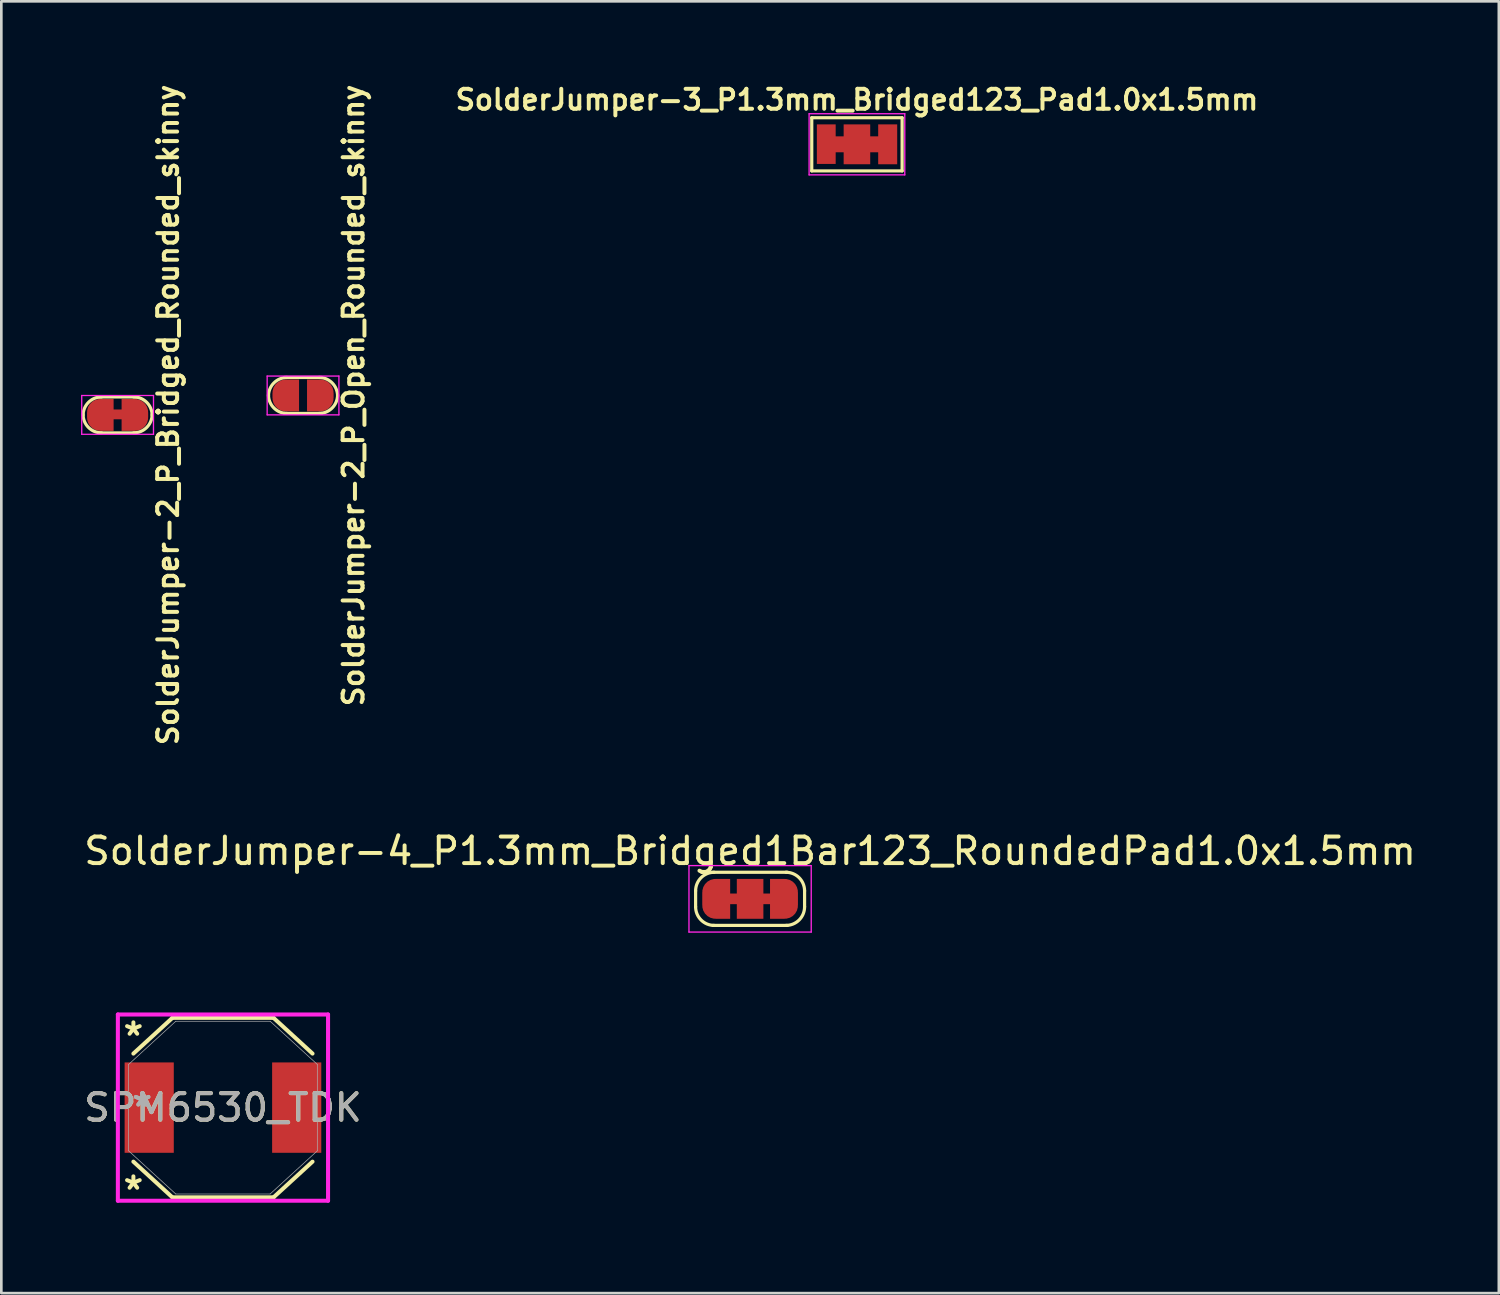
<source format=kicad_pcb>
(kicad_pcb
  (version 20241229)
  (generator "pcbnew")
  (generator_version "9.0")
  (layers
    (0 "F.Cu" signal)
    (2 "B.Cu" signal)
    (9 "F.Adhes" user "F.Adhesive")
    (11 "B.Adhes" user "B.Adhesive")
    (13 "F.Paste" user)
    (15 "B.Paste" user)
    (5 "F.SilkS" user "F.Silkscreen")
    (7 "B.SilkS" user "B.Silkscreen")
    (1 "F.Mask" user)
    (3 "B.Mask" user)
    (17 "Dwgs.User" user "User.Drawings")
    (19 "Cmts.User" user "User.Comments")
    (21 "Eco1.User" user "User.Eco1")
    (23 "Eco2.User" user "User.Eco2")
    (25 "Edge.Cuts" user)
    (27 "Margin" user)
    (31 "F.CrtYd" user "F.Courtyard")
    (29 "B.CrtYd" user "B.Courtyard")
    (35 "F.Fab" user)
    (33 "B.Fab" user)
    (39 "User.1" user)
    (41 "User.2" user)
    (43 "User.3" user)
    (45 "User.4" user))
  (footprint "SolderJumper-4_P1.3mm_Bridged1Bar123_RoundedPad1.0x1.5mm"
    (layer "F.Cu")
    (at 25.173 30.77)
    (property "Reference" "SolderJumper-4_P1.3mm_Bridged1Bar123_RoundedPad1.0x1.5mm" (at 0 -1.8 0) (layer "F.SilkS") (effects (font (size 1 1) (thickness 0.15))))
    (attr exclude_from_pos_files exclude_from_bom)
    (fp_poly (pts (xy -0.8 -0.2) (xy -0.3 -0.2) (xy -0.3 0.2) (xy -0.8 0.2)) (stroke (width 0) (type solid)) (fill yes) (layer "F.Cu"))
    (fp_poly (pts (xy 0.3 -0.2) (xy 0.8 -0.2) (xy 0.8 0.2) (xy 0.3 0.2)) (stroke (width 0) (type solid)) (fill yes) (layer "F.Cu"))
    (fp_line (start -2.05 0.3) (end -2.05 -0.3) (stroke (width 0.12) (type solid)) (layer "F.SilkS"))
    (fp_line (start -1.4 -1) (end 1.4 -1) (stroke (width 0.12) (type solid)) (layer "F.SilkS"))
    (fp_line (start 1.4 1) (end -1.4 1) (stroke (width 0.12) (type solid)) (layer "F.SilkS"))
    (fp_line (start 2.05 -0.3) (end 2.05 0.3) (stroke (width 0.12) (type solid)) (layer "F.SilkS"))
    (fp_arc (start -2.05 -0.3) (mid -1.844975 -0.794975) (end -1.35 -1) (stroke (width 0.12) (type solid)) (layer "F.SilkS"))
    (fp_arc (start -1.35 1) (mid -1.844975 0.794975) (end -2.05 0.3) (stroke (width 0.12) (type solid)) (layer "F.SilkS"))
    (fp_arc (start 1.35 -1) (mid 1.844975 -0.794975) (end 2.05 -0.3) (stroke (width 0.12) (type solid)) (layer "F.SilkS"))
    (fp_arc (start 2.05 0.3) (mid 1.844975 0.794975) (end 1.35 1) (stroke (width 0.12) (type solid)) (layer "F.SilkS"))
    (fp_line (start -2.3 -1.25) (end -2.3 1.25) (stroke (width 0.05) (type solid)) (layer "F.CrtYd"))
    (fp_line (start -2.3 -1.25) (end 2.3 -1.25) (stroke (width 0.05) (type solid)) (layer "F.CrtYd"))
    (fp_line (start 2.3 1.25) (end -2.3 1.25) (stroke (width 0.05) (type solid)) (layer "F.CrtYd"))
    (fp_line (start 2.3 1.25) (end 2.3 -1.25) (stroke (width 0.05) (type solid)) (layer "F.CrtYd"))
    (pad "1" smd custom (at -1.3 0) (size 1 0.5) (layers "F.Cu" "F.Mask") (options (anchor rect)) (primitives (gr_circle (center 0 0.25) (end 0.5 0.25) (width 0) (fill yes)) (gr_circle (center 0 -0.25) (end 0.5 -0.25) (width 0) (fill yes)) (gr_poly (pts (xy 0.55 0.75) (xy 0 0.75) (xy 0 -0.75) (xy 0.55 -0.75)) (width 0) (fill yes))))
    (pad "2" smd rect (at 0 0) (size 1 1.5) (layers "F.Cu" "F.Mask"))
    (pad "3" smd custom (at 1.3 0) (size 1 0.5) (layers "F.Cu" "F.Mask") (options (anchor rect)) (primitives (gr_circle (center 0 0.25) (end 0.5 0.25) (width 0) (fill yes)) (gr_circle (center 0 -0.25) (end 0.5 -0.25) (width 0) (fill yes)) (gr_poly (pts (xy 0 0.75) (xy -0.55 0.75) (xy -0.55 -0.75) (xy 0 -0.75)) (width 0) (fill yes)))))
  (footprint "SPM6530_TDK"
    (layer "F.Cu")
    (at 5.339 38.625)
    (property "Reference" "SPM6530_TDK" (at 0 0 0) (unlocked yes) (layer "F.SilkS") (effects (font (size 1 1) (thickness 0.15))))
    (attr smd)
    (fp_line (start -3.37 2.033) (end -1.902 3.377) (stroke (width 0.152) (type solid)) (layer "F.SilkS"))
    (fp_line (start -1.902 -3.377) (end -3.37 -2.033) (stroke (width 0.152) (type solid)) (layer "F.SilkS"))
    (fp_line (start -1.902 3.377) (end 1.902 3.377) (stroke (width 0.152) (type solid)) (layer "F.SilkS"))
    (fp_line (start 1.902 -3.377) (end -1.902 -3.377) (stroke (width 0.152) (type solid)) (layer "F.SilkS"))
    (fp_line (start 1.902 3.377) (end 3.37 2.033) (stroke (width 0.152) (type solid)) (layer "F.SilkS"))
    (fp_line (start 3.37 -2.033) (end 1.902 -3.377) (stroke (width 0.152) (type solid)) (layer "F.SilkS"))
    (fp_line (start -3.954 -3.504) (end 3.954 -3.504) (stroke (width 0.152) (type solid)) (layer "F.CrtYd"))
    (fp_line (start -3.954 3.504) (end -3.954 -3.504) (stroke (width 0.152) (type solid)) (layer "F.CrtYd"))
    (fp_line (start 3.954 -3.504) (end 3.954 3.504) (stroke (width 0.152) (type solid)) (layer "F.CrtYd"))
    (fp_line (start 3.954 3.504) (end -3.954 3.504) (stroke (width 0.152) (type solid)) (layer "F.CrtYd"))
    (fp_line (start -3.55 -1.625) (end -3.55 1.625) (stroke (width 0.025) (type solid)) (layer "F.Fab"))
    (fp_line (start -3.55 1.625) (end -1.775 3.25) (stroke (width 0.025) (type solid)) (layer "F.Fab"))
    (fp_line (start -1.775 -3.25) (end -3.55 -1.625) (stroke (width 0.025) (type solid)) (layer "F.Fab"))
    (fp_line (start -1.775 3.25) (end 1.775 3.25) (stroke (width 0.025) (type solid)) (layer "F.Fab"))
    (fp_line (start 1.775 -3.25) (end -1.775 -3.25) (stroke (width 0.025) (type solid)) (layer "F.Fab"))
    (fp_line (start 1.775 3.25) (end 3.55 1.625) (stroke (width 0.025) (type solid)) (layer "F.Fab"))
    (fp_line (start 3.55 -1.625) (end 1.775 -3.25) (stroke (width 0.025) (type solid)) (layer "F.Fab"))
    (fp_line (start 3.55 1.625) (end 3.55 -1.625) (stroke (width 0.025) (type solid)) (layer "F.Fab"))
    (fp_text user "*" (at -3.37 -2.663 0) (unlocked yes) (layer "F.SilkS") (effects (font (size 1 1) (thickness 0.15))))
    (fp_text user "*" (at -3.37 3.131 0) (layer "F.SilkS") (effects (font (size 1 1) (thickness 0.15))))
    (fp_text user "*" (at -3.042 0 0) (layer "F.Fab") (effects (font (size 1 1) (thickness 0.15))))
    (fp_text user "*" (at -3.042 0 0) (unlocked yes) (layer "F.Fab") (effects (font (size 1 1) (thickness 0.15))))
    (fp_text user "${REFERENCE}" (at 0 0 0) (unlocked yes) (layer "F.Fab") (effects (font (size 1 1) (thickness 0.15))))
    (pad "1" smd rect (at -2.775 0) (size 1.85 3.4) (layers "F.Cu" "F.Mask" "F.Paste"))
    (pad "2" smd rect (at 2.775 0) (size 1.85 3.4) (layers "F.Cu" "F.Mask" "F.Paste")))
  (footprint "SolderJumper-2_P_Open_Rounded_skinny"
    (layer "F.Cu")
    (at 8.352 11.829)
    (property "Reference" "SolderJumper-2_P_Open_Rounded_skinny" (at 1.9 0 90) (layer "F.SilkS") (effects (font (size 0.75 0.75) (thickness 0.15))))
    (attr exclude_from_pos_files exclude_from_bom)
    (fp_line (start -0.7 -0.677) (end 0.7 -0.677) (stroke (width 0.12) (type solid)) (layer "F.SilkS"))
    (fp_line (start 0.7 0.677) (end -0.7 0.677) (stroke (width 0.12) (type solid)) (layer "F.SilkS"))
    (fp_arc (start -1.3 0.0225) (mid -1.094975 -0.472475) (end -0.6 -0.6775) (stroke (width 0.12) (type solid)) (layer "F.SilkS"))
    (fp_arc (start -0.6 0.6775) (mid -1.094975 0.472475) (end -1.3 -0.0225) (stroke (width 0.12) (type solid)) (layer "F.SilkS"))
    (fp_arc (start 0.6 -0.6775) (mid 1.094975 -0.472475) (end 1.3 0.0225) (stroke (width 0.12) (type solid)) (layer "F.SilkS"))
    (fp_arc (start 1.3 -0.0225) (mid 1.094975 0.472475) (end 0.6 0.6775) (stroke (width 0.12) (type solid)) (layer "F.SilkS"))
    (fp_line (start -1.35 -0.73) (end -1.35 0.73) (stroke (width 0.05) (type solid)) (layer "F.CrtYd"))
    (fp_line (start -1.35 -0.73) (end 1.35 -0.73) (stroke (width 0.05) (type solid)) (layer "F.CrtYd"))
    (fp_line (start 1.35 0.73) (end -1.35 0.73) (stroke (width 0.05) (type solid)) (layer "F.CrtYd"))
    (fp_line (start 1.35 0.73) (end 1.35 -0.73) (stroke (width 0.05) (type solid)) (layer "F.CrtYd"))
    (pad "1" smd custom (at -0.65 0) (size 1 0.2) (layers "F.Cu" "F.Mask") (options (anchor rect)) (primitives (gr_circle (center 0 0.1) (end 0.5 0.1) (width 0) (fill yes)) (gr_circle (center 0 -0.1) (end 0.5 -0.1) (width 0) (fill yes)) (gr_poly (pts (xy 0.5 0.6) (xy 0 0.6) (xy 0 -0.6) (xy 0.5 -0.6)) (width 0) (fill yes))))
    (pad "2" smd custom (at 0.65 0) (size 1 0.2) (layers "F.Cu" "F.Mask") (options (anchor rect)) (primitives (gr_circle (center 0 0.1) (end 0.5 0.1) (width 0) (fill yes)) (gr_circle (center 0 -0.1) (end 0.5 -0.1) (width 0) (fill yes)) (gr_poly (pts (xy 0 0.6) (xy -0.5 0.6) (xy -0.5 -0.6) (xy 0 -0.6)) (width 0) (fill yes)))))
  (footprint "SolderJumper-2_P_Bridged_Rounded_skinny"
    (layer "F.Cu")
    (at 1.375 12.561)
    (property "Reference" "SolderJumper-2_P_Bridged_Rounded_skinny" (at 1.9 0 90) (layer "F.SilkS") (effects (font (size 0.75 0.75) (thickness 0.15))))
    (attr exclude_from_pos_files exclude_from_bom)
    (fp_poly (pts (xy 0.25 -0.204) (xy -0.25 -0.204) (xy -0.25 0.165) (xy 0.25 0.165)) (stroke (width 0) (type solid)) (fill yes) (layer "F.Cu"))
    (fp_line (start -0.7 -0.677) (end 0.7 -0.677) (stroke (width 0.12) (type solid)) (layer "F.SilkS"))
    (fp_line (start 0.7 0.677) (end -0.7 0.677) (stroke (width 0.12) (type solid)) (layer "F.SilkS"))
    (fp_arc (start -1.3 0.0225) (mid -1.094975 -0.472475) (end -0.6 -0.6775) (stroke (width 0.12) (type solid)) (layer "F.SilkS"))
    (fp_arc (start -0.6 0.6775) (mid -1.094975 0.472475) (end -1.3 -0.0225) (stroke (width 0.12) (type solid)) (layer "F.SilkS"))
    (fp_arc (start 0.6 -0.6775) (mid 1.094975 -0.472475) (end 1.3 0.0225) (stroke (width 0.12) (type solid)) (layer "F.SilkS"))
    (fp_arc (start 1.3 -0.0225) (mid 1.094975 0.472475) (end 0.6 0.6775) (stroke (width 0.12) (type solid)) (layer "F.SilkS"))
    (fp_line (start -1.35 -0.73) (end -1.35 0.73) (stroke (width 0.05) (type solid)) (layer "F.CrtYd"))
    (fp_line (start -1.35 -0.73) (end 1.35 -0.73) (stroke (width 0.05) (type solid)) (layer "F.CrtYd"))
    (fp_line (start 1.35 0.73) (end -1.35 0.73) (stroke (width 0.05) (type solid)) (layer "F.CrtYd"))
    (fp_line (start 1.35 0.73) (end 1.35 -0.73) (stroke (width 0.05) (type solid)) (layer "F.CrtYd"))
    (pad "1" smd custom (at -0.65 0) (size 1 0.2) (layers "F.Cu" "F.Mask") (options (anchor rect)) (primitives (gr_circle (center 0 0.1) (end 0.5 0.1) (width 0) (fill yes)) (gr_circle (center 0 -0.1) (end 0.5 -0.1) (width 0) (fill yes)) (gr_poly (pts (xy 0.5 0.6) (xy 0 0.6) (xy 0 -0.6) (xy 0.5 -0.6)) (width 0) (fill yes))))
    (pad "2" smd custom (at 0.65 0) (size 1 0.2) (layers "F.Cu" "F.Mask") (options (anchor rect)) (primitives (gr_circle (center 0 0.1) (end 0.5 0.1) (width 0) (fill yes)) (gr_circle (center 0 -0.1) (end 0.5 -0.1) (width 0) (fill yes)) (gr_poly (pts (xy 0 0.6) (xy -0.5 0.6) (xy -0.5 -0.6) (xy 0 -0.6)) (width 0) (fill yes)))))
  (footprint "SolderJumper-3_P1.3mm_Bridged123_Pad1.0x1.5mm"
    (layer "F.Cu")
    (at 29.193 2.38)
    (property "Reference" "SolderJumper-3_P1.3mm_Bridged123_Pad1.0x1.5mm" (at 0 -1.678 0) (layer "F.SilkS") (effects (font (size 0.75 0.75) (thickness 0.15))))
    (attr exclude_from_pos_files exclude_from_bom)
    (fp_poly (pts (xy -0.9 -0.3) (xy -0.4 -0.3) (xy -0.4 0.3) (xy -0.9 0.3)) (stroke (width 0) (type solid)) (fill yes) (layer "F.Cu"))
    (fp_poly (pts (xy 0.4 -0.3) (xy 0.9 -0.3) (xy 0.9 0.3) (xy 0.4 0.3)) (stroke (width 0) (type solid)) (fill yes) (layer "F.Cu"))
    (fp_line (start -1.7 -1) (end 1.7 -1) (stroke (width 0.12) (type solid)) (layer "F.SilkS"))
    (fp_line (start -1.7 1) (end -1.7 -1) (stroke (width 0.12) (type solid)) (layer "F.SilkS"))
    (fp_line (start 1.7 -1) (end 1.7 1) (stroke (width 0.12) (type solid)) (layer "F.SilkS"))
    (fp_line (start 1.7 1) (end -1.7 1) (stroke (width 0.12) (type solid)) (layer "F.SilkS"))
    (fp_line (start -1.8 -1.15) (end -1.8 1.15) (stroke (width 0.05) (type solid)) (layer "F.CrtYd"))
    (fp_line (start -1.8 -1.15) (end 1.8 -1.15) (stroke (width 0.05) (type solid)) (layer "F.CrtYd"))
    (fp_line (start 1.8 1.15) (end -1.8 1.15) (stroke (width 0.05) (type solid)) (layer "F.CrtYd"))
    (fp_line (start 1.8 1.15) (end 1.8 -1.15) (stroke (width 0.05) (type solid)) (layer "F.CrtYd"))
    (pad "1" smd rect (at -1.154 -0.006) (size 0.708 1.488) (layers "F.Cu" "F.Mask"))
    (pad "2" smd rect (at 0 0) (size 1 1.5) (layers "F.Cu" "F.Mask"))
    (pad "3" smd rect (at 1.157 0.000432) (size 0.715 1.501) (layers "F.Cu" "F.Mask")))
  (gr_rect
    (start -3 -3)
    (end 53.345 45.605)
    (stroke (width 0.1) (type default))
    (fill no)
    (layer "Edge.Cuts")))
</source>
